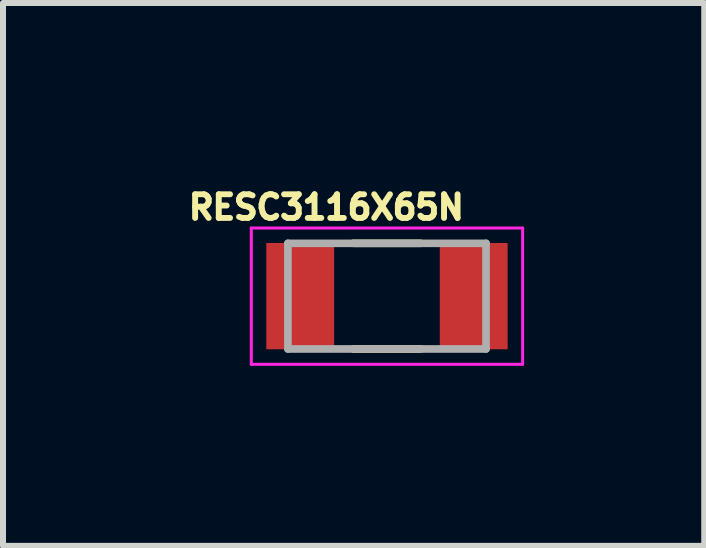
<source format=kicad_pcb>
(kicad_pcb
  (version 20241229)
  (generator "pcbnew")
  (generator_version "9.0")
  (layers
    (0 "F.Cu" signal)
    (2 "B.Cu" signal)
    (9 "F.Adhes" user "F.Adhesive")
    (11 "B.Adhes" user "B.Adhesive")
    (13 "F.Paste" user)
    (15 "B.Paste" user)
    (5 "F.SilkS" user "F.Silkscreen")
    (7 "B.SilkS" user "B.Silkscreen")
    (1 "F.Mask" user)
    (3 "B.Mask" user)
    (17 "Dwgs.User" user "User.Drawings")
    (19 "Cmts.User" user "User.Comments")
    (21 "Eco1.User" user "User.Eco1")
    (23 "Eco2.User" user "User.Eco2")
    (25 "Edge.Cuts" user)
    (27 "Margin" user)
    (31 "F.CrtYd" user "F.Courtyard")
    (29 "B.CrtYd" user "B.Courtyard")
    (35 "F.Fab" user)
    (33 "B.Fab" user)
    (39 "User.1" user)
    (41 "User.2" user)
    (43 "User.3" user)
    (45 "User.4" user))
  (footprint "RESC3116X65N"
    (layer "F.Cu")
    (at 3.396 1.883)
    (property "Reference" "RESC3116X65N" (at -1.01 -1.48 0) (layer "F.SilkS") (effects (font (size 0.394 0.394) (thickness 0.15))))
    (attr smd)
    (fp_line (start -0.56 -0.88) (end 0.56 -0.88) (stroke (width 0.127) (type solid)) (layer "F.SilkS"))
    (fp_line (start -0.56 0.88) (end 0.56 0.88) (stroke (width 0.127) (type solid)) (layer "F.SilkS"))
    (fp_line (start -2.26 -1.135) (end 2.26 -1.135) (stroke (width 0.05) (type solid)) (layer "F.CrtYd"))
    (fp_line (start -2.26 1.135) (end -2.26 -1.135) (stroke (width 0.05) (type solid)) (layer "F.CrtYd"))
    (fp_line (start -2.26 1.135) (end 2.26 1.135) (stroke (width 0.05) (type solid)) (layer "F.CrtYd"))
    (fp_line (start 2.26 1.135) (end 2.26 -1.135) (stroke (width 0.05) (type solid)) (layer "F.CrtYd"))
    (fp_line (start -1.65 0.88) (end -1.65 -0.88) (stroke (width 0.127) (type solid)) (layer "F.Fab"))
    (fp_line (start 1.65 -0.88) (end -1.65 -0.88) (stroke (width 0.127) (type solid)) (layer "F.Fab"))
    (fp_line (start 1.65 0.88) (end -1.65 0.88) (stroke (width 0.127) (type solid)) (layer "F.Fab"))
    (fp_line (start 1.65 0.88) (end 1.65 -0.88) (stroke (width 0.127) (type solid)) (layer "F.Fab"))
    (pad "1" smd rect (at -1.445 0) (size 1.13 1.77) (layers "F.Cu" "F.Mask" "F.Paste"))
    (pad "2" smd rect (at 1.445 0) (size 1.13 1.77) (layers "F.Cu" "F.Mask" "F.Paste")))
  (gr_rect
    (start -3 -3)
    (end 8.681 6.043)
    (stroke (width 0.1) (type default))
    (fill no)
    (layer "Edge.Cuts")))
</source>
